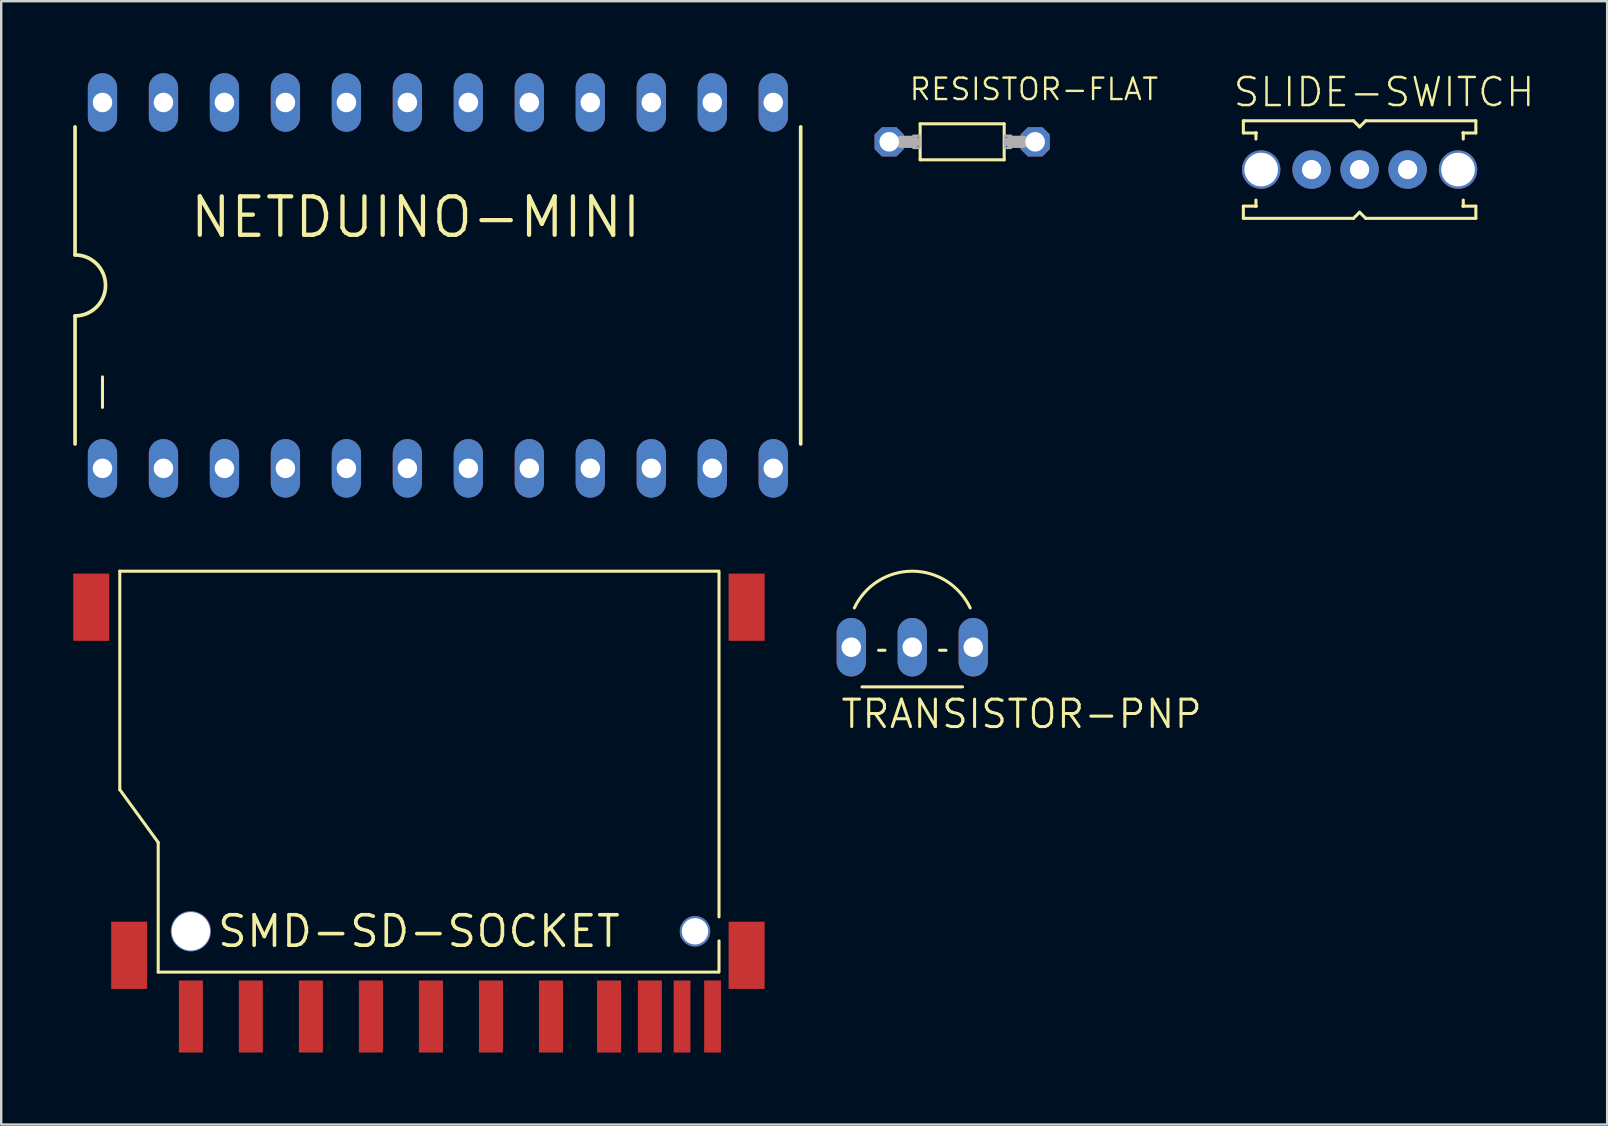
<source format=kicad_pcb>
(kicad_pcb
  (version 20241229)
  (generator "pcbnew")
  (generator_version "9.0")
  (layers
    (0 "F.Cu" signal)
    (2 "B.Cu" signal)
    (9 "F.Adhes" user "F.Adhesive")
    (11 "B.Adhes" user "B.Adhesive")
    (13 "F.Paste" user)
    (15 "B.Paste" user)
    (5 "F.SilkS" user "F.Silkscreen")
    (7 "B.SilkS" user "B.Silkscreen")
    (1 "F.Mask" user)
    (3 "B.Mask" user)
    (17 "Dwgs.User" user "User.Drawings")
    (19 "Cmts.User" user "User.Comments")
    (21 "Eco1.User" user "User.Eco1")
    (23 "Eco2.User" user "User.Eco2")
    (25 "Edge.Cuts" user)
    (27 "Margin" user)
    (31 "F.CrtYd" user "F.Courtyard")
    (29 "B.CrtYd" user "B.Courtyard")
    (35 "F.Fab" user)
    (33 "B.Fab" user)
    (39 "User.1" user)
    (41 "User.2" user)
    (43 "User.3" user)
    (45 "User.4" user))
  (footprint "SMD-SD-SOCKET"
    (layer "F.Cu")
    (at 14.4 35.742)
    (property "Reference" "SMD-SD-SOCKET" (at 0 0 0) (layer "F.SilkS") (effects (font (size 1.27 1.27) (thickness 0.15))))
    (fp_line (start -12.46 -15) (end 12.46 -15) (stroke (width 0.127) (type solid)) (layer "F.SilkS"))
    (fp_line (start -12.46 -5.9) (end -12.46 -15) (stroke (width 0.127) (type solid)) (layer "F.SilkS"))
    (fp_line (start -10.86 -3.7) (end -12.46 -5.9) (stroke (width 0.127) (type solid)) (layer "F.SilkS"))
    (fp_line (start -10.86 1.7) (end -10.86 -3.7) (stroke (width 0.127) (type solid)) (layer "F.SilkS"))
    (fp_line (start 12.46 1.7) (end -10.86 1.7) (stroke (width 0.127) (type solid)) (layer "F.SilkS"))
    (fp_line (start 12.5 -0.6) (end 12.5 -15) (stroke (width 0.127) (type solid)) (layer "F.SilkS"))
    (fp_line (start 12.5 1.7) (end 12.5 0.4) (stroke (width 0.127) (type solid)) (layer "F.SilkS"))
    (pad "1-CD-DAT3-CS" smd rect (at -7 3.55 270) (size 3 1) (layers "F.Cu" "F.Mask" "F.Paste"))
    (pad "2-CMD-DI-MOSI" smd rect (at -4.5 3.55 270) (size 3 1) (layers "F.Cu" "F.Mask" "F.Paste"))
    (pad "3-VSS-GND" smd rect (at -2 3.55 270) (size 3 1) (layers "F.Cu" "F.Mask" "F.Paste"))
    (pad "4-VDD-3.3V" smd rect (at 0.5 3.55 270) (size 3 1) (layers "F.Cu" "F.Mask" "F.Paste"))
    (pad "5-CLK" smd rect (at 3 3.55 270) (size 3 1) (layers "F.Cu" "F.Mask" "F.Paste"))
    (pad "6-VSS-GND" smd rect (at 5.5 3.55 270) (size 3 1) (layers "F.Cu" "F.Mask" "F.Paste"))
    (pad "7-DAT0-DO-MISO" smd rect (at 7.92 3.55 270) (size 3 1) (layers "F.Cu" "F.Mask" "F.Paste"))
    (pad "8-DAT1-IRQ-RSV" smd rect (at 9.62 3.55 270) (size 3 1) (layers "F.Cu" "F.Mask" "F.Paste"))
    (pad "9-DAT2-RSV" smd rect (at -9.5 3.55 270) (size 3 1) (layers "F.Cu" "F.Mask" "F.Paste"))
    (pad "CD" smd rect (at 10.96 3.55 270) (size 3 0.7) (layers "F.Cu" "F.Mask" "F.Paste"))
    (pad "GND0" smd rect (at -13.65 -13.5 180) (size 1.5 2.8) (layers "F.Cu" "F.Mask" "F.Paste"))
    (pad "GND1" smd rect (at -12.07 1 180) (size 1.5 2.8) (layers "F.Cu" "F.Mask" "F.Paste"))
    (pad "GND2" smd rect (at 13.65 1 180) (size 1.5 2.8) (layers "F.Cu" "F.Mask" "F.Paste"))
    (pad "GND3" smd rect (at 13.65 -13.5 180) (size 1.5 2.8) (layers "F.Cu" "F.Mask" "F.Paste"))
    (pad "P$1" thru_hole circle (at -9.5 0 90) (size 1.67 1.67) (drill 1.6) (layers "*.Cu"))
    (pad "P$3" thru_hole circle (at 11.5 0 90) (size 1.27 1.27) (drill 1.1) (layers "*.Cu"))
    (pad "WP" smd rect (at 12.23 3.55 270) (size 3 0.7) (layers "F.Cu" "F.Mask" "F.Paste")))
  (footprint "SLIDE-SWITCH"
    (layer "F.Cu")
    (at 53.583 4.013)
    (property "Reference" "SLIDE-SWITCH" (at -5.334 -2.54 0) (layer "F.SilkS") (effects (font (size 1.168 1.168) (thickness 0.102)) (justify left bottom)))
    (fp_line (start -4.842 -2.032) (end -0.254 -2.032) (stroke (width 0.127) (type solid)) (layer "F.SilkS"))
    (fp_line (start -4.842 -1.524) (end -4.842 -2.032) (stroke (width 0.127) (type solid)) (layer "F.SilkS"))
    (fp_line (start -4.842 1.524) (end -4.318 1.524) (stroke (width 0.127) (type solid)) (layer "F.SilkS"))
    (fp_line (start -4.842 2.032) (end -4.842 1.524) (stroke (width 0.127) (type solid)) (layer "F.SilkS"))
    (fp_line (start -4.318 -1.524) (end -4.842 -1.524) (stroke (width 0.127) (type solid)) (layer "F.SilkS"))
    (fp_line (start -4.318 -1.524) (end -4.318 -1.27) (stroke (width 0.127) (type solid)) (layer "F.SilkS"))
    (fp_line (start -4.318 1.524) (end -4.318 1.27) (stroke (width 0.127) (type solid)) (layer "F.SilkS"))
    (fp_line (start -4.318 1.524) (end -4.3 1.524) (stroke (width 0.127) (type solid)) (layer "F.SilkS"))
    (fp_line (start -4.3 -1.524) (end -4.318 -1.524) (stroke (width 0.127) (type solid)) (layer "F.SilkS"))
    (fp_line (start -0.254 -2.032) (end 0 -1.778) (stroke (width 0.127) (type solid)) (layer "F.SilkS"))
    (fp_line (start -0.254 2.032) (end -4.842 2.032) (stroke (width 0.127) (type solid)) (layer "F.SilkS"))
    (fp_line (start 0 -1.778) (end 0.254 -2.032) (stroke (width 0.127) (type solid)) (layer "F.SilkS"))
    (fp_line (start 0 1.778) (end -0.254 2.032) (stroke (width 0.127) (type solid)) (layer "F.SilkS"))
    (fp_line (start 0.254 -2.032) (end 4.842 -2.032) (stroke (width 0.127) (type solid)) (layer "F.SilkS"))
    (fp_line (start 0.254 2.032) (end 0 1.778) (stroke (width 0.127) (type solid)) (layer "F.SilkS"))
    (fp_line (start 4.3 1.524) (end 4.318 1.524) (stroke (width 0.127) (type solid)) (layer "F.SilkS"))
    (fp_line (start 4.318 -1.524) (end 4.3 -1.524) (stroke (width 0.127) (type solid)) (layer "F.SilkS"))
    (fp_line (start 4.318 -1.524) (end 4.318 -1.27) (stroke (width 0.127) (type solid)) (layer "F.SilkS"))
    (fp_line (start 4.318 1.524) (end 4.318 1.27) (stroke (width 0.127) (type solid)) (layer "F.SilkS"))
    (fp_line (start 4.318 1.524) (end 4.842 1.524) (stroke (width 0.127) (type solid)) (layer "F.SilkS"))
    (fp_line (start 4.842 -2.032) (end 4.842 -1.524) (stroke (width 0.127) (type solid)) (layer "F.SilkS"))
    (fp_line (start 4.842 -1.524) (end 4.318 -1.524) (stroke (width 0.127) (type solid)) (layer "F.SilkS"))
    (fp_line (start 4.842 1.524) (end 4.842 2.032) (stroke (width 0.127) (type solid)) (layer "F.SilkS"))
    (fp_line (start 4.842 2.032) (end 0.254 2.032) (stroke (width 0.127) (type solid)) (layer "F.SilkS"))
    (pad "CLOSED" thru_hole circle (at 2 0) (size 1.6 1.6) (drill 0.8) (layers "*.Cu" "*.Mask"))
    (pad "NC" thru_hole circle (at -4.1 0) (size 1.6 1.6) (drill 1.4) (layers "*.Cu" "*.Mask"))
    (pad "NC1" thru_hole circle (at 4.1 0) (size 1.6 1.6) (drill 1.4) (layers "*.Cu" "*.Mask"))
    (pad "OPEN" thru_hole circle (at -2 0) (size 1.6 1.6) (drill 0.8) (layers "*.Cu" "*.Mask"))
    (pad "PWR" thru_hole circle (at 0 0) (size 1.6 1.6) (drill 0.8) (layers "*.Cu" "*.Mask")))
  (footprint "TRANSISTOR-PNP"
    (layer "F.Cu")
    (at 34.95 23.909)
    (property "Reference" "TRANSISTOR-PNP" (at -3.04 3.452 0) (layer "F.SilkS") (effects (font (size 1.143 1.143) (thickness 0.127)) (justify left bottom)))
    (fp_line (start -2.095 1.651) (end 2.095 1.651) (stroke (width 0.127) (type solid)) (layer "F.SilkS"))
    (fp_line (start -1.136 0.127) (end -1.404 0.127) (stroke (width 0.127) (type solid)) (layer "F.SilkS"))
    (fp_line (start 1.404 0.127) (end 1.136 0.127) (stroke (width 0.127) (type solid)) (layer "F.SilkS"))
    (fp_arc (start -2.413 -1.6359) (mid 0.000001 -3.16699) (end 2.413001 -1.635898) (stroke (width 0.127) (type solid)) (layer "F.SilkS"))
    (pad "B" thru_hole oval (at 0 0 90) (size 2.438 1.219) (drill 0.813) (layers "*.Cu" "*.Mask"))
    (pad "C" thru_hole oval (at 2.54 0 90) (size 2.438 1.219) (drill 0.813) (layers "*.Cu" "*.Mask"))
    (pad "E" thru_hole oval (at -2.54 0 90) (size 2.438 1.219) (drill 0.813) (layers "*.Cu" "*.Mask")))
  (footprint "RESISTOR-FLAT"
    (layer "F.Cu")
    (at 37.028 2.857)
    (property "Reference" "RESISTOR-FLAT" (at -2.257 -1.668 0) (layer "F.SilkS") (effects (font (size 0.892 0.892) (thickness 0.099)) (justify left bottom)))
    (fp_line (start -1.75 -0.75) (end 1.75 -0.75) (stroke (width 0.127) (type solid)) (layer "F.SilkS"))
    (fp_line (start -1.75 0.75) (end -1.75 -0.75) (stroke (width 0.127) (type solid)) (layer "F.SilkS"))
    (fp_line (start 1.75 -0.75) (end 1.75 0.75) (stroke (width 0.127) (type solid)) (layer "F.SilkS"))
    (fp_line (start 1.75 0.75) (end -1.75 0.75) (stroke (width 0.127) (type solid)) (layer "F.SilkS"))
    (fp_line (start -2.54 0) (end -2.032 0) (stroke (width 0.508) (type solid)) (layer "F.Fab"))
    (fp_line (start 2.54 0) (end 2.032 0) (stroke (width 0.508) (type solid)) (layer "F.Fab"))
    (fp_poly (pts (xy -2.032 0.254) (xy -1.778 0.254) (xy -1.778 -0.254) (xy -2.032 -0.254)) (stroke (width 0.1) (type solid)) (fill no) (layer "F.Fab"))
    (fp_poly (pts (xy 1.778 0.254) (xy 2.032 0.254) (xy 2.032 -0.254) (xy 1.778 -0.254)) (stroke (width 0.1) (type solid)) (fill no) (layer "F.Fab"))
    (pad "1" thru_hole roundrect (at -3.04 0) (size 1.219 1.219) (drill 0.813) (layers "*.Cu" "*.Mask") (roundrect_rratio 0.25) (chamfer_ratio 0.25) (chamfer top_left top_right bottom_left bottom_right))
    (pad "2" thru_hole roundrect (at 3.04 0) (size 1.219 1.219) (drill 0.813) (layers "*.Cu" "*.Mask") (roundrect_rratio 0.25) (chamfer_ratio 0.25) (chamfer top_left top_right bottom_left bottom_right)))
  (footprint "NETDUINO-MINI"
    (layer "F.Cu")
    (at 15.189 8.839)
    (property "Reference" "NETDUINO-MINI" (at -10.414 -1.905 0) (layer "F.SilkS") (effects (font (size 1.6 1.6) (thickness 0.178)) (justify left bottom)))
    (fp_line (start -15.113 -6.604) (end -15.113 -1.27) (stroke (width 0.152) (type solid)) (layer "F.SilkS"))
    (fp_line (start -15.113 1.27) (end -15.113 6.604) (stroke (width 0.152) (type solid)) (layer "F.SilkS"))
    (fp_line (start -13.97 5.08) (end -13.97 3.81) (stroke (width 0.127) (type solid)) (layer "F.SilkS"))
    (fp_line (start 15.113 6.604) (end 15.113 -6.604) (stroke (width 0.152) (type solid)) (layer "F.SilkS"))
    (fp_arc (start -15.113 -1.27) (mid -13.843 0) (end -15.113 1.27) (stroke (width 0.1524) (type solid)) (layer "F.SilkS"))
    (pad "1" thru_hole oval (at -13.97 7.62 90) (size 2.438 1.219) (drill 0.813) (layers "*.Cu" "*.Mask"))
    (pad "2" thru_hole oval (at -11.43 7.62 90) (size 2.438 1.219) (drill 0.813) (layers "*.Cu" "*.Mask"))
    (pad "3" thru_hole oval (at -8.89 7.62 90) (size 2.438 1.219) (drill 0.813) (layers "*.Cu" "*.Mask"))
    (pad "4" thru_hole oval (at -6.35 7.62 90) (size 2.438 1.219) (drill 0.813) (layers "*.Cu" "*.Mask"))
    (pad "5" thru_hole oval (at -3.81 7.62 90) (size 2.438 1.219) (drill 0.813) (layers "*.Cu" "*.Mask"))
    (pad "6" thru_hole oval (at -1.27 7.62 90) (size 2.438 1.219) (drill 0.813) (layers "*.Cu" "*.Mask"))
    (pad "7" thru_hole oval (at 1.27 7.62 90) (size 2.438 1.219) (drill 0.813) (layers "*.Cu" "*.Mask"))
    (pad "8" thru_hole oval (at 3.81 7.62 90) (size 2.438 1.219) (drill 0.813) (layers "*.Cu" "*.Mask"))
    (pad "9" thru_hole oval (at 6.35 7.62 90) (size 2.438 1.219) (drill 0.813) (layers "*.Cu" "*.Mask"))
    (pad "10" thru_hole oval (at 8.89 7.62 90) (size 2.438 1.219) (drill 0.813) (layers "*.Cu" "*.Mask"))
    (pad "11" thru_hole oval (at 11.43 7.62 90) (size 2.438 1.219) (drill 0.813) (layers "*.Cu" "*.Mask"))
    (pad "12" thru_hole oval (at 13.97 7.62 90) (size 2.438 1.219) (drill 0.813) (layers "*.Cu" "*.Mask"))
    (pad "13" thru_hole oval (at 13.97 -7.62 90) (size 2.438 1.219) (drill 0.813) (layers "*.Cu" "*.Mask"))
    (pad "14" thru_hole oval (at 11.43 -7.62 90) (size 2.438 1.219) (drill 0.813) (layers "*.Cu" "*.Mask"))
    (pad "15" thru_hole oval (at 8.89 -7.62 90) (size 2.438 1.219) (drill 0.813) (layers "*.Cu" "*.Mask"))
    (pad "16" thru_hole oval (at 6.35 -7.62 90) (size 2.438 1.219) (drill 0.813) (layers "*.Cu" "*.Mask"))
    (pad "17" thru_hole oval (at 3.81 -7.62 90) (size 2.438 1.219) (drill 0.813) (layers "*.Cu" "*.Mask"))
    (pad "18" thru_hole oval (at 1.27 -7.62 90) (size 2.438 1.219) (drill 0.813) (layers "*.Cu" "*.Mask"))
    (pad "19" thru_hole oval (at -1.27 -7.62 90) (size 2.438 1.219) (drill 0.813) (layers "*.Cu" "*.Mask"))
    (pad "20" thru_hole oval (at -3.81 -7.62 90) (size 2.438 1.219) (drill 0.813) (layers "*.Cu" "*.Mask"))
    (pad "21" thru_hole oval (at -6.35 -7.62 90) (size 2.438 1.219) (drill 0.813) (layers "*.Cu" "*.Mask"))
    (pad "22" thru_hole oval (at -8.89 -7.62 90) (size 2.438 1.219) (drill 0.813) (layers "*.Cu" "*.Mask"))
    (pad "23" thru_hole oval (at -11.43 -7.62 90) (size 2.438 1.219) (drill 0.813) (layers "*.Cu" "*.Mask"))
    (pad "24" thru_hole oval (at -13.97 -7.62 90) (size 2.438 1.219) (drill 0.813) (layers "*.Cu" "*.Mask")))
  (gr_rect
    (start -3 -3)
    (end 63.894 43.792)
    (stroke (width 0.1) (type default))
    (fill no)
    (layer "Edge.Cuts")))
</source>
